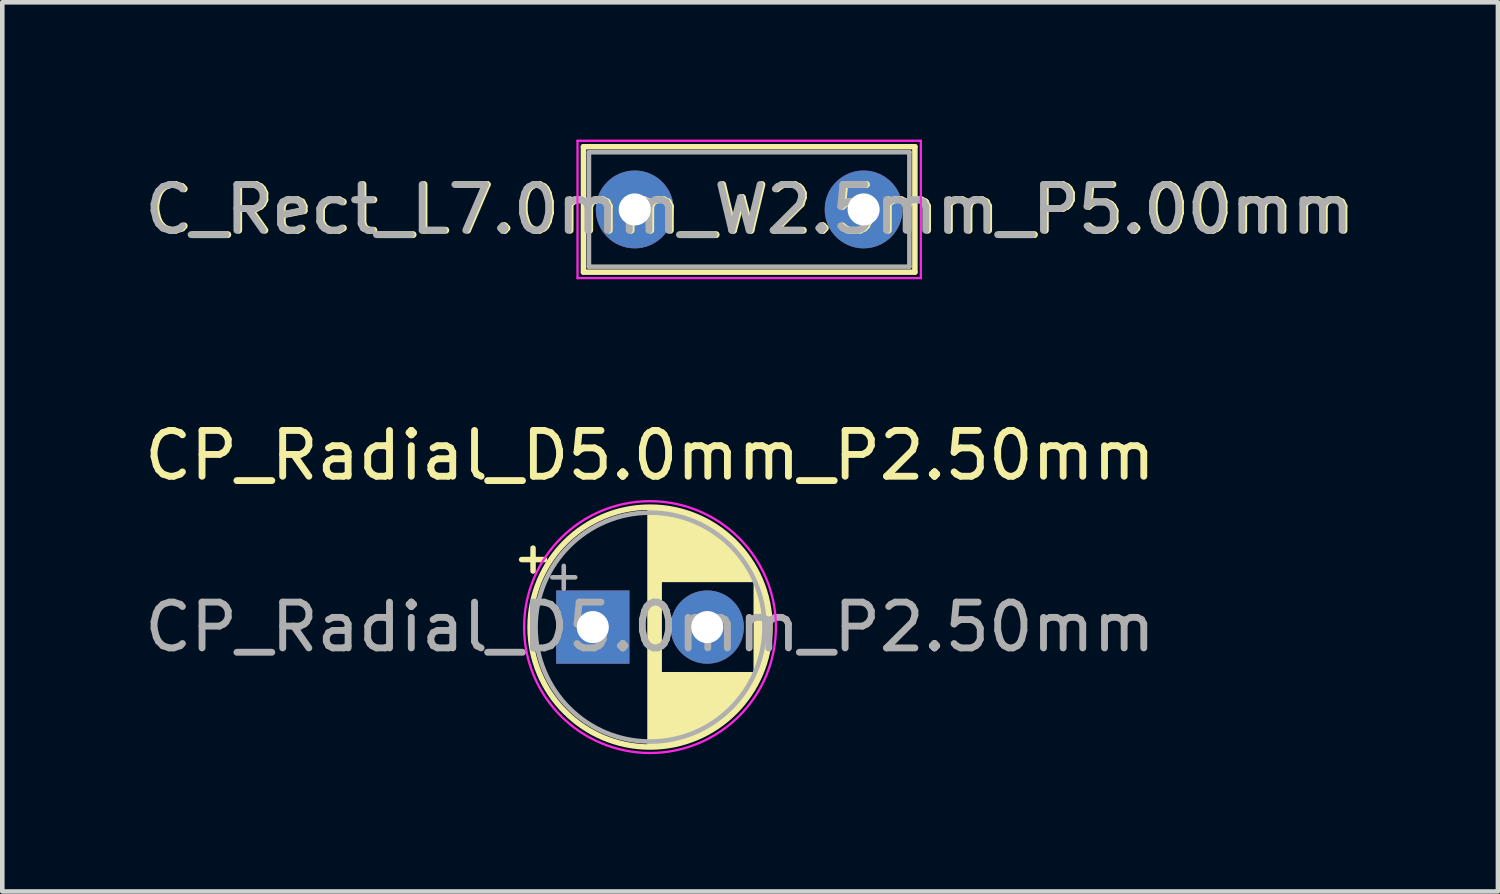
<source format=kicad_pcb>
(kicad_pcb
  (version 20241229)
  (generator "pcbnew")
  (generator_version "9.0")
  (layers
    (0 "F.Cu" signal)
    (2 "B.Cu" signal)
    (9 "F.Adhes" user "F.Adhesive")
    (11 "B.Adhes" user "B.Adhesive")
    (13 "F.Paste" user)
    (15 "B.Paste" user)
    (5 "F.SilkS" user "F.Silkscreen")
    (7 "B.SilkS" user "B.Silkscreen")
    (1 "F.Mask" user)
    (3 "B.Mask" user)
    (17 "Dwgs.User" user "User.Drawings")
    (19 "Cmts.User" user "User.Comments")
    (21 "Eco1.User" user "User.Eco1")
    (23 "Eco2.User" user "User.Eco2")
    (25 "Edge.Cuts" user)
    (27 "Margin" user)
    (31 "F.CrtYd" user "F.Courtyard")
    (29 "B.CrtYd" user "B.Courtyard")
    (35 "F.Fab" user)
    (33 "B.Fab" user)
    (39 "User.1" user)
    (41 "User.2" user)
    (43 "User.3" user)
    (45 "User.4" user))
  (footprint "CP_Radial_D5.0mm_P2.50mm"
    (layer "F.Cu")
    (at 9.899 10.648)
    (property "Reference" "CP_Radial_D5.0mm_P2.50mm" (at 1.25 -3.75 0) (layer "F.SilkS") (effects (font (size 1 1) (thickness 0.15))))
    (attr through_hole)
    (fp_line (start -1.555 -1.475) (end -1.055 -1.475) (stroke (width 0.12) (type solid)) (layer "F.SilkS"))
    (fp_line (start -1.305 -1.725) (end -1.305 -1.225) (stroke (width 0.12) (type solid)) (layer "F.SilkS"))
    (fp_line (start 1.25 -2.58) (end 1.25 2.58) (stroke (width 0.12) (type solid)) (layer "F.SilkS"))
    (fp_line (start 1.29 -2.58) (end 1.29 2.58) (stroke (width 0.12) (type solid)) (layer "F.SilkS"))
    (fp_line (start 1.33 -2.579) (end 1.33 2.579) (stroke (width 0.12) (type solid)) (layer "F.SilkS"))
    (fp_line (start 1.37 -2.578) (end 1.37 2.578) (stroke (width 0.12) (type solid)) (layer "F.SilkS"))
    (fp_line (start 1.41 -2.576) (end 1.41 2.576) (stroke (width 0.12) (type solid)) (layer "F.SilkS"))
    (fp_line (start 1.45 -2.573) (end 1.45 2.573) (stroke (width 0.12) (type solid)) (layer "F.SilkS"))
    (fp_line (start 1.49 -2.569) (end 1.49 -1.04) (stroke (width 0.12) (type solid)) (layer "F.SilkS"))
    (fp_line (start 1.49 1.04) (end 1.49 2.569) (stroke (width 0.12) (type solid)) (layer "F.SilkS"))
    (fp_line (start 1.53 -2.565) (end 1.53 -1.04) (stroke (width 0.12) (type solid)) (layer "F.SilkS"))
    (fp_line (start 1.53 1.04) (end 1.53 2.565) (stroke (width 0.12) (type solid)) (layer "F.SilkS"))
    (fp_line (start 1.57 -2.561) (end 1.57 -1.04) (stroke (width 0.12) (type solid)) (layer "F.SilkS"))
    (fp_line (start 1.57 1.04) (end 1.57 2.561) (stroke (width 0.12) (type solid)) (layer "F.SilkS"))
    (fp_line (start 1.61 -2.556) (end 1.61 -1.04) (stroke (width 0.12) (type solid)) (layer "F.SilkS"))
    (fp_line (start 1.61 1.04) (end 1.61 2.556) (stroke (width 0.12) (type solid)) (layer "F.SilkS"))
    (fp_line (start 1.65 -2.55) (end 1.65 -1.04) (stroke (width 0.12) (type solid)) (layer "F.SilkS"))
    (fp_line (start 1.65 1.04) (end 1.65 2.55) (stroke (width 0.12) (type solid)) (layer "F.SilkS"))
    (fp_line (start 1.69 -2.543) (end 1.69 -1.04) (stroke (width 0.12) (type solid)) (layer "F.SilkS"))
    (fp_line (start 1.69 1.04) (end 1.69 2.543) (stroke (width 0.12) (type solid)) (layer "F.SilkS"))
    (fp_line (start 1.73 -2.536) (end 1.73 -1.04) (stroke (width 0.12) (type solid)) (layer "F.SilkS"))
    (fp_line (start 1.73 1.04) (end 1.73 2.536) (stroke (width 0.12) (type solid)) (layer "F.SilkS"))
    (fp_line (start 1.77 -2.528) (end 1.77 -1.04) (stroke (width 0.12) (type solid)) (layer "F.SilkS"))
    (fp_line (start 1.77 1.04) (end 1.77 2.528) (stroke (width 0.12) (type solid)) (layer "F.SilkS"))
    (fp_line (start 1.81 -2.52) (end 1.81 -1.04) (stroke (width 0.12) (type solid)) (layer "F.SilkS"))
    (fp_line (start 1.81 1.04) (end 1.81 2.52) (stroke (width 0.12) (type solid)) (layer "F.SilkS"))
    (fp_line (start 1.85 -2.511) (end 1.85 -1.04) (stroke (width 0.12) (type solid)) (layer "F.SilkS"))
    (fp_line (start 1.85 1.04) (end 1.85 2.511) (stroke (width 0.12) (type solid)) (layer "F.SilkS"))
    (fp_line (start 1.89 -2.501) (end 1.89 -1.04) (stroke (width 0.12) (type solid)) (layer "F.SilkS"))
    (fp_line (start 1.89 1.04) (end 1.89 2.501) (stroke (width 0.12) (type solid)) (layer "F.SilkS"))
    (fp_line (start 1.93 -2.491) (end 1.93 -1.04) (stroke (width 0.12) (type solid)) (layer "F.SilkS"))
    (fp_line (start 1.93 1.04) (end 1.93 2.491) (stroke (width 0.12) (type solid)) (layer "F.SilkS"))
    (fp_line (start 1.971 -2.48) (end 1.971 -1.04) (stroke (width 0.12) (type solid)) (layer "F.SilkS"))
    (fp_line (start 1.971 1.04) (end 1.971 2.48) (stroke (width 0.12) (type solid)) (layer "F.SilkS"))
    (fp_line (start 2.011 -2.468) (end 2.011 -1.04) (stroke (width 0.12) (type solid)) (layer "F.SilkS"))
    (fp_line (start 2.011 1.04) (end 2.011 2.468) (stroke (width 0.12) (type solid)) (layer "F.SilkS"))
    (fp_line (start 2.051 -2.455) (end 2.051 -1.04) (stroke (width 0.12) (type solid)) (layer "F.SilkS"))
    (fp_line (start 2.051 1.04) (end 2.051 2.455) (stroke (width 0.12) (type solid)) (layer "F.SilkS"))
    (fp_line (start 2.091 -2.442) (end 2.091 -1.04) (stroke (width 0.12) (type solid)) (layer "F.SilkS"))
    (fp_line (start 2.091 1.04) (end 2.091 2.442) (stroke (width 0.12) (type solid)) (layer "F.SilkS"))
    (fp_line (start 2.131 -2.428) (end 2.131 -1.04) (stroke (width 0.12) (type solid)) (layer "F.SilkS"))
    (fp_line (start 2.131 1.04) (end 2.131 2.428) (stroke (width 0.12) (type solid)) (layer "F.SilkS"))
    (fp_line (start 2.171 -2.414) (end 2.171 -1.04) (stroke (width 0.12) (type solid)) (layer "F.SilkS"))
    (fp_line (start 2.171 1.04) (end 2.171 2.414) (stroke (width 0.12) (type solid)) (layer "F.SilkS"))
    (fp_line (start 2.211 -2.398) (end 2.211 -1.04) (stroke (width 0.12) (type solid)) (layer "F.SilkS"))
    (fp_line (start 2.211 1.04) (end 2.211 2.398) (stroke (width 0.12) (type solid)) (layer "F.SilkS"))
    (fp_line (start 2.251 -2.382) (end 2.251 -1.04) (stroke (width 0.12) (type solid)) (layer "F.SilkS"))
    (fp_line (start 2.251 1.04) (end 2.251 2.382) (stroke (width 0.12) (type solid)) (layer "F.SilkS"))
    (fp_line (start 2.291 -2.365) (end 2.291 -1.04) (stroke (width 0.12) (type solid)) (layer "F.SilkS"))
    (fp_line (start 2.291 1.04) (end 2.291 2.365) (stroke (width 0.12) (type solid)) (layer "F.SilkS"))
    (fp_line (start 2.331 -2.348) (end 2.331 -1.04) (stroke (width 0.12) (type solid)) (layer "F.SilkS"))
    (fp_line (start 2.331 1.04) (end 2.331 2.348) (stroke (width 0.12) (type solid)) (layer "F.SilkS"))
    (fp_line (start 2.371 -2.329) (end 2.371 -1.04) (stroke (width 0.12) (type solid)) (layer "F.SilkS"))
    (fp_line (start 2.371 1.04) (end 2.371 2.329) (stroke (width 0.12) (type solid)) (layer "F.SilkS"))
    (fp_line (start 2.411 -2.31) (end 2.411 -1.04) (stroke (width 0.12) (type solid)) (layer "F.SilkS"))
    (fp_line (start 2.411 1.04) (end 2.411 2.31) (stroke (width 0.12) (type solid)) (layer "F.SilkS"))
    (fp_line (start 2.451 -2.29) (end 2.451 -1.04) (stroke (width 0.12) (type solid)) (layer "F.SilkS"))
    (fp_line (start 2.451 1.04) (end 2.451 2.29) (stroke (width 0.12) (type solid)) (layer "F.SilkS"))
    (fp_line (start 2.491 -2.268) (end 2.491 -1.04) (stroke (width 0.12) (type solid)) (layer "F.SilkS"))
    (fp_line (start 2.491 1.04) (end 2.491 2.268) (stroke (width 0.12) (type solid)) (layer "F.SilkS"))
    (fp_line (start 2.531 -2.247) (end 2.531 -1.04) (stroke (width 0.12) (type solid)) (layer "F.SilkS"))
    (fp_line (start 2.531 1.04) (end 2.531 2.247) (stroke (width 0.12) (type solid)) (layer "F.SilkS"))
    (fp_line (start 2.571 -2.224) (end 2.571 -1.04) (stroke (width 0.12) (type solid)) (layer "F.SilkS"))
    (fp_line (start 2.571 1.04) (end 2.571 2.224) (stroke (width 0.12) (type solid)) (layer "F.SilkS"))
    (fp_line (start 2.611 -2.2) (end 2.611 -1.04) (stroke (width 0.12) (type solid)) (layer "F.SilkS"))
    (fp_line (start 2.611 1.04) (end 2.611 2.2) (stroke (width 0.12) (type solid)) (layer "F.SilkS"))
    (fp_line (start 2.651 -2.175) (end 2.651 -1.04) (stroke (width 0.12) (type solid)) (layer "F.SilkS"))
    (fp_line (start 2.651 1.04) (end 2.651 2.175) (stroke (width 0.12) (type solid)) (layer "F.SilkS"))
    (fp_line (start 2.691 -2.149) (end 2.691 -1.04) (stroke (width 0.12) (type solid)) (layer "F.SilkS"))
    (fp_line (start 2.691 1.04) (end 2.691 2.149) (stroke (width 0.12) (type solid)) (layer "F.SilkS"))
    (fp_line (start 2.731 -2.122) (end 2.731 -1.04) (stroke (width 0.12) (type solid)) (layer "F.SilkS"))
    (fp_line (start 2.731 1.04) (end 2.731 2.122) (stroke (width 0.12) (type solid)) (layer "F.SilkS"))
    (fp_line (start 2.771 -2.095) (end 2.771 -1.04) (stroke (width 0.12) (type solid)) (layer "F.SilkS"))
    (fp_line (start 2.771 1.04) (end 2.771 2.095) (stroke (width 0.12) (type solid)) (layer "F.SilkS"))
    (fp_line (start 2.811 -2.065) (end 2.811 -1.04) (stroke (width 0.12) (type solid)) (layer "F.SilkS"))
    (fp_line (start 2.811 1.04) (end 2.811 2.065) (stroke (width 0.12) (type solid)) (layer "F.SilkS"))
    (fp_line (start 2.851 -2.035) (end 2.851 -1.04) (stroke (width 0.12) (type solid)) (layer "F.SilkS"))
    (fp_line (start 2.851 1.04) (end 2.851 2.035) (stroke (width 0.12) (type solid)) (layer "F.SilkS"))
    (fp_line (start 2.891 -2.004) (end 2.891 -1.04) (stroke (width 0.12) (type solid)) (layer "F.SilkS"))
    (fp_line (start 2.891 1.04) (end 2.891 2.004) (stroke (width 0.12) (type solid)) (layer "F.SilkS"))
    (fp_line (start 2.931 -1.971) (end 2.931 -1.04) (stroke (width 0.12) (type solid)) (layer "F.SilkS"))
    (fp_line (start 2.931 1.04) (end 2.931 1.971) (stroke (width 0.12) (type solid)) (layer "F.SilkS"))
    (fp_line (start 2.971 -1.937) (end 2.971 -1.04) (stroke (width 0.12) (type solid)) (layer "F.SilkS"))
    (fp_line (start 2.971 1.04) (end 2.971 1.937) (stroke (width 0.12) (type solid)) (layer "F.SilkS"))
    (fp_line (start 3.011 -1.901) (end 3.011 -1.04) (stroke (width 0.12) (type solid)) (layer "F.SilkS"))
    (fp_line (start 3.011 1.04) (end 3.011 1.901) (stroke (width 0.12) (type solid)) (layer "F.SilkS"))
    (fp_line (start 3.051 -1.864) (end 3.051 -1.04) (stroke (width 0.12) (type solid)) (layer "F.SilkS"))
    (fp_line (start 3.051 1.04) (end 3.051 1.864) (stroke (width 0.12) (type solid)) (layer "F.SilkS"))
    (fp_line (start 3.091 -1.826) (end 3.091 -1.04) (stroke (width 0.12) (type solid)) (layer "F.SilkS"))
    (fp_line (start 3.091 1.04) (end 3.091 1.826) (stroke (width 0.12) (type solid)) (layer "F.SilkS"))
    (fp_line (start 3.131 -1.785) (end 3.131 -1.04) (stroke (width 0.12) (type solid)) (layer "F.SilkS"))
    (fp_line (start 3.131 1.04) (end 3.131 1.785) (stroke (width 0.12) (type solid)) (layer "F.SilkS"))
    (fp_line (start 3.171 -1.743) (end 3.171 -1.04) (stroke (width 0.12) (type solid)) (layer "F.SilkS"))
    (fp_line (start 3.171 1.04) (end 3.171 1.743) (stroke (width 0.12) (type solid)) (layer "F.SilkS"))
    (fp_line (start 3.211 -1.699) (end 3.211 -1.04) (stroke (width 0.12) (type solid)) (layer "F.SilkS"))
    (fp_line (start 3.211 1.04) (end 3.211 1.699) (stroke (width 0.12) (type solid)) (layer "F.SilkS"))
    (fp_line (start 3.251 -1.653) (end 3.251 -1.04) (stroke (width 0.12) (type solid)) (layer "F.SilkS"))
    (fp_line (start 3.251 1.04) (end 3.251 1.653) (stroke (width 0.12) (type solid)) (layer "F.SilkS"))
    (fp_line (start 3.291 -1.605) (end 3.291 -1.04) (stroke (width 0.12) (type solid)) (layer "F.SilkS"))
    (fp_line (start 3.291 1.04) (end 3.291 1.605) (stroke (width 0.12) (type solid)) (layer "F.SilkS"))
    (fp_line (start 3.331 -1.554) (end 3.331 -1.04) (stroke (width 0.12) (type solid)) (layer "F.SilkS"))
    (fp_line (start 3.331 1.04) (end 3.331 1.554) (stroke (width 0.12) (type solid)) (layer "F.SilkS"))
    (fp_line (start 3.371 -1.5) (end 3.371 -1.04) (stroke (width 0.12) (type solid)) (layer "F.SilkS"))
    (fp_line (start 3.371 1.04) (end 3.371 1.5) (stroke (width 0.12) (type solid)) (layer "F.SilkS"))
    (fp_line (start 3.411 -1.443) (end 3.411 -1.04) (stroke (width 0.12) (type solid)) (layer "F.SilkS"))
    (fp_line (start 3.411 1.04) (end 3.411 1.443) (stroke (width 0.12) (type solid)) (layer "F.SilkS"))
    (fp_line (start 3.451 -1.383) (end 3.451 -1.04) (stroke (width 0.12) (type solid)) (layer "F.SilkS"))
    (fp_line (start 3.451 1.04) (end 3.451 1.383) (stroke (width 0.12) (type solid)) (layer "F.SilkS"))
    (fp_line (start 3.491 -1.319) (end 3.491 -1.04) (stroke (width 0.12) (type solid)) (layer "F.SilkS"))
    (fp_line (start 3.491 1.04) (end 3.491 1.319) (stroke (width 0.12) (type solid)) (layer "F.SilkS"))
    (fp_line (start 3.531 -1.251) (end 3.531 -1.04) (stroke (width 0.12) (type solid)) (layer "F.SilkS"))
    (fp_line (start 3.531 1.04) (end 3.531 1.251) (stroke (width 0.12) (type solid)) (layer "F.SilkS"))
    (fp_line (start 3.571 -1.178) (end 3.571 1.178) (stroke (width 0.12) (type solid)) (layer "F.SilkS"))
    (fp_line (start 3.611 -1.098) (end 3.611 1.098) (stroke (width 0.12) (type solid)) (layer "F.SilkS"))
    (fp_line (start 3.651 -1.011) (end 3.651 1.011) (stroke (width 0.12) (type solid)) (layer "F.SilkS"))
    (fp_line (start 3.691 -0.915) (end 3.691 0.915) (stroke (width 0.12) (type solid)) (layer "F.SilkS"))
    (fp_line (start 3.731 -0.805) (end 3.731 0.805) (stroke (width 0.12) (type solid)) (layer "F.SilkS"))
    (fp_line (start 3.771 -0.677) (end 3.771 0.677) (stroke (width 0.12) (type solid)) (layer "F.SilkS"))
    (fp_line (start 3.811 -0.518) (end 3.811 0.518) (stroke (width 0.12) (type solid)) (layer "F.SilkS"))
    (fp_line (start 3.851 -0.284) (end 3.851 0.284) (stroke (width 0.12) (type solid)) (layer "F.SilkS"))
    (fp_circle (center 1.25 0) (end 3.87 0) (stroke (width 0.12) (type solid)) (fill no) (layer "F.SilkS"))
    (fp_circle (center 1.25 0) (end 4 0) (stroke (width 0.05) (type solid)) (fill no) (layer "F.CrtYd"))
    (fp_line (start -0.884 -1.087) (end -0.384 -1.087) (stroke (width 0.1) (type solid)) (layer "F.Fab"))
    (fp_line (start -0.634 -1.337) (end -0.634 -0.838) (stroke (width 0.1) (type solid)) (layer "F.Fab"))
    (fp_circle (center 1.25 0) (end 3.75 0) (stroke (width 0.1) (type solid)) (fill no) (layer "F.Fab"))
    (fp_text user "${REFERENCE}" (at 1.25 0 0) (layer "F.Fab") (effects (font (size 1 1) (thickness 0.15))))
    (pad "1" thru_hole rect (at 0 0) (size 1.6 1.6) (drill 0.7) (layers "*.Cu" "*.Mask"))
    (pad "2" thru_hole circle (at 2.5 0) (size 1.6 1.6) (drill 0.7) (layers "*.Cu" "*.Mask")))
  (footprint "C_Rect_L7.0mm_W2.5mm_P5.00mm"
    (layer "F.Cu")
    (at 10.815 1.525)
    (property "Reference" "C_Rect_L7.0mm_W2.5mm_P5.00mm" (at 2.54 0 0) (layer "F.SilkS") (effects (font (size 1 1) (thickness 0.15))))
    (attr through_hole)
    (fp_line (start -1.12 -1.37) (end -1.12 1.37) (stroke (width 0.12) (type solid)) (layer "F.SilkS"))
    (fp_line (start -1.12 -1.37) (end 6.12 -1.37) (stroke (width 0.12) (type solid)) (layer "F.SilkS"))
    (fp_line (start -1.12 1.37) (end 6.12 1.37) (stroke (width 0.12) (type solid)) (layer "F.SilkS"))
    (fp_line (start 6.12 -1.37) (end 6.12 1.37) (stroke (width 0.12) (type solid)) (layer "F.SilkS"))
    (fp_line (start -1.25 -1.5) (end -1.25 1.5) (stroke (width 0.05) (type solid)) (layer "F.CrtYd"))
    (fp_line (start -1.25 1.5) (end 6.25 1.5) (stroke (width 0.05) (type solid)) (layer "F.CrtYd"))
    (fp_line (start 6.25 -1.5) (end -1.25 -1.5) (stroke (width 0.05) (type solid)) (layer "F.CrtYd"))
    (fp_line (start 6.25 1.5) (end 6.25 -1.5) (stroke (width 0.05) (type solid)) (layer "F.CrtYd"))
    (fp_line (start -1 -1.25) (end -1 1.25) (stroke (width 0.1) (type solid)) (layer "F.Fab"))
    (fp_line (start -1 1.25) (end 6 1.25) (stroke (width 0.1) (type solid)) (layer "F.Fab"))
    (fp_line (start 6 -1.25) (end -1 -1.25) (stroke (width 0.1) (type solid)) (layer "F.Fab"))
    (fp_line (start 6 1.25) (end 6 -1.25) (stroke (width 0.1) (type solid)) (layer "F.Fab"))
    (fp_text user "${REFERENCE}" (at 2.5 0 0) (layer "F.Fab") (effects (font (size 1 1) (thickness 0.15))))
    (pad "1" thru_hole circle (at 0 0) (size 1.7 1.7) (drill 0.7) (layers "*.Cu" "*.Mask"))
    (pad "2" thru_hole circle (at 5 0) (size 1.7 1.7) (drill 0.7) (layers "*.Cu" "*.Mask")))
  (gr_rect
    (start -3 -3)
    (end 29.671 16.423)
    (stroke (width 0.1) (type default))
    (fill no)
    (layer "Edge.Cuts")))
</source>
